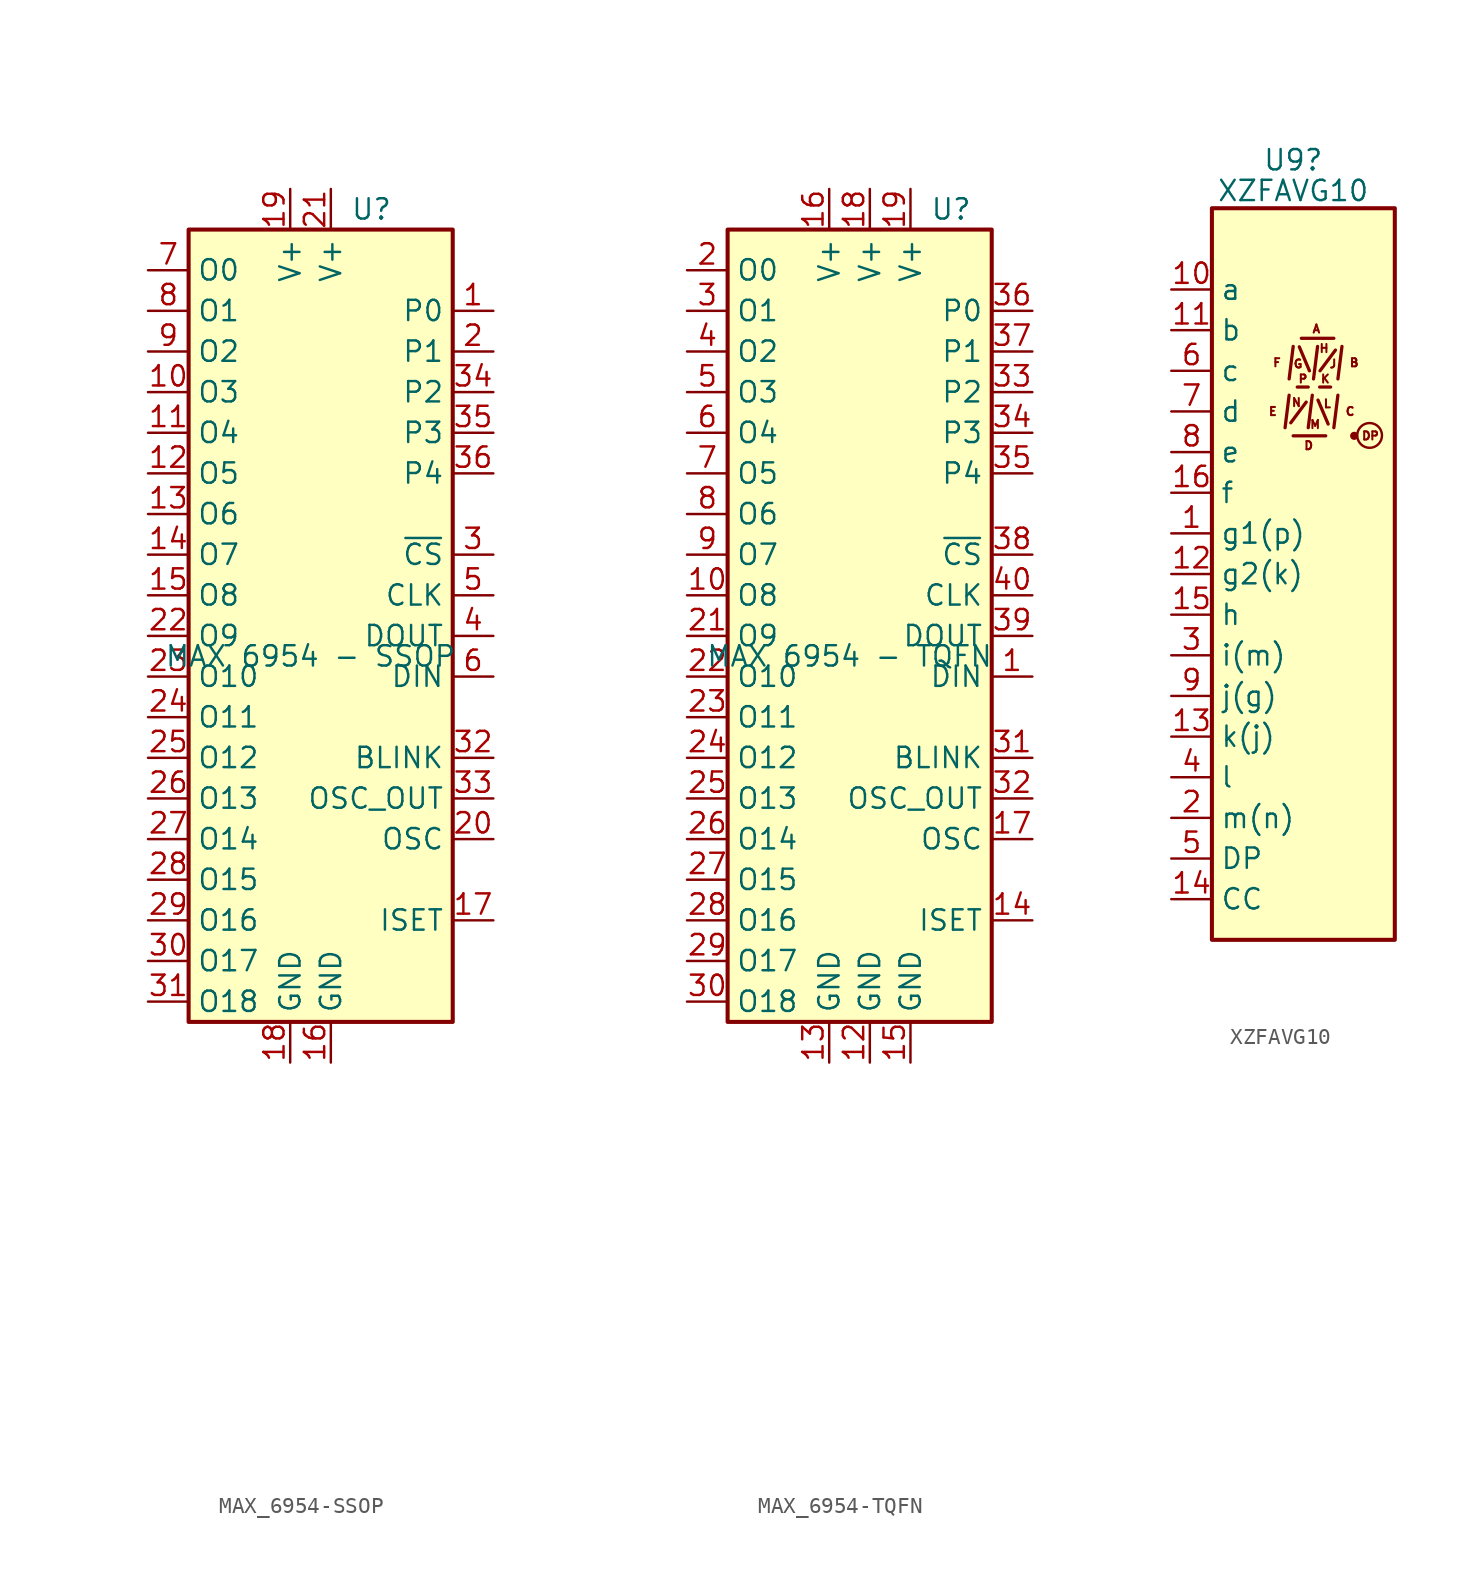
<source format=kicad_sym>
(kicad_symbol_lib
  (version 20220914)
  (generator kicad_symbol_editor)
  (symbol "MAX_6954-SSOP"
    (property "Reference" "U"
      (at 3.81 27.94 0)
      (effects (font (size 1.27 1.27))))
    (property "Value" "MAX 6954 - SSOP"
      (at 0 0 0)
      (effects (font (size 1.27 1.27))))
    (symbol "MAX_6954-SSOP_0_0"
      (text "" (at -12.7 -44.45 0) (effects (font (size 1.27 1.27))))
      (text "" (at -12.7 -43.18 0) (effects (font (size 1.27 1.27)))))
    (symbol "MAX_6954-SSOP_0_1"
      (rectangle (start -7.62 26.67) (end 8.89 -22.86) (stroke (width 0.254) (type default)) (fill (type background))))
    (symbol "MAX_6954-SSOP_1_1"
      (pin bidirectional line (at 11.43 21.59 180) (length 2.54) (name "P0" (effects (font (size 1.27 1.27)))) (number "1" (effects (font (size 1.27 1.27)))))
      (pin bidirectional line (at -10.16 16.51 0) (length 2.54) (name "O3" (effects (font (size 1.27 1.27)))) (number "10" (effects (font (size 1.27 1.27)))))
      (pin bidirectional line (at -10.16 13.97 0) (length 2.54) (name "O4" (effects (font (size 1.27 1.27)))) (number "11" (effects (font (size 1.27 1.27)))))
      (pin bidirectional line (at -10.16 11.43 0) (length 2.54) (name "O5" (effects (font (size 1.27 1.27)))) (number "12" (effects (font (size 1.27 1.27)))))
      (pin bidirectional line (at -10.16 8.89 0) (length 2.54) (name "O6" (effects (font (size 1.27 1.27)))) (number "13" (effects (font (size 1.27 1.27)))))
      (pin bidirectional line (at -10.16 6.35 0) (length 2.54) (name "O7" (effects (font (size 1.27 1.27)))) (number "14" (effects (font (size 1.27 1.27)))))
      (pin bidirectional line (at -10.16 3.81 0) (length 2.54) (name "O8" (effects (font (size 1.27 1.27)))) (number "15" (effects (font (size 1.27 1.27)))))
      (pin power_in line (at 1.27 -25.4 90) (length 2.54) (name "GND" (effects (font (size 1.27 1.27)))) (number "16" (effects (font (size 1.27 1.27)))))
      (pin input line (at 11.43 -16.51 180) (length 2.54) (name "ISET" (effects (font (size 1.27 1.27)))) (number "17" (effects (font (size 1.27 1.27)))))
      (pin power_in line (at -1.27 -25.4 90) (length 2.54) (name "GND" (effects (font (size 1.27 1.27)))) (number "18" (effects (font (size 1.27 1.27)))))
      (pin power_out line (at -1.27 29.21 270) (length 2.54) (name "V+" (effects (font (size 1.27 1.27)))) (number "19" (effects (font (size 1.27 1.27)))))
      (pin bidirectional line (at 11.43 19.05 180) (length 2.54) (name "P1" (effects (font (size 1.27 1.27)))) (number "2" (effects (font (size 1.27 1.27)))))
      (pin input line (at 11.43 -11.43 180) (length 2.54) (name "OSC" (effects (font (size 1.27 1.27)))) (number "20" (effects (font (size 1.27 1.27)))))
      (pin power_in line (at 1.27 29.21 270) (length 2.54) (name "V+" (effects (font (size 1.27 1.27)))) (number "21" (effects (font (size 1.27 1.27)))))
      (pin bidirectional line (at -10.16 1.27 0) (length 2.54) (name "O9" (effects (font (size 1.27 1.27)))) (number "22" (effects (font (size 1.27 1.27)))))
      (pin bidirectional line (at -10.16 -1.27 0) (length 2.54) (name "O10" (effects (font (size 1.27 1.27)))) (number "23" (effects (font (size 1.27 1.27)))))
      (pin bidirectional line (at -10.16 -3.81 0) (length 2.54) (name "O11" (effects (font (size 1.27 1.27)))) (number "24" (effects (font (size 1.27 1.27)))))
      (pin bidirectional line (at -10.16 -6.35 0) (length 2.54) (name "O12" (effects (font (size 1.27 1.27)))) (number "25" (effects (font (size 1.27 1.27)))))
      (pin bidirectional line (at -10.16 -8.89 0) (length 2.54) (name "O13" (effects (font (size 1.27 1.27)))) (number "26" (effects (font (size 1.27 1.27)))))
      (pin bidirectional line (at -10.16 -11.43 0) (length 2.54) (name "O14" (effects (font (size 1.27 1.27)))) (number "27" (effects (font (size 1.27 1.27)))))
      (pin bidirectional line (at -10.16 -13.97 0) (length 2.54) (name "O15" (effects (font (size 1.27 1.27)))) (number "28" (effects (font (size 1.27 1.27)))))
      (pin bidirectional line (at -10.16 -16.51 0) (length 2.54) (name "O16" (effects (font (size 1.27 1.27)))) (number "29" (effects (font (size 1.27 1.27)))))
      (pin input line (at 11.43 6.35 180) (length 2.54) (name "~{CS}" (effects (font (size 1.27 1.27)))) (number "3" (effects (font (size 1.27 1.27)))))
      (pin bidirectional line (at -10.16 -19.05 0) (length 2.54) (name "O17" (effects (font (size 1.27 1.27)))) (number "30" (effects (font (size 1.27 1.27)))))
      (pin bidirectional line (at -10.16 -21.59 0) (length 2.54) (name "O18" (effects (font (size 1.27 1.27)))) (number "31" (effects (font (size 1.27 1.27)))))
      (pin output line (at 11.43 -6.35 180) (length 2.54) (name "BLINK" (effects (font (size 1.27 1.27)))) (number "32" (effects (font (size 1.27 1.27)))))
      (pin output line (at 11.43 -8.89 180) (length 2.54) (name "OSC_OUT" (effects (font (size 1.27 1.27)))) (number "33" (effects (font (size 1.27 1.27)))))
      (pin bidirectional line (at 11.43 16.51 180) (length 2.54) (name "P2" (effects (font (size 1.27 1.27)))) (number "34" (effects (font (size 1.27 1.27)))))
      (pin bidirectional line (at 11.43 13.97 180) (length 2.54) (name "P3" (effects (font (size 1.27 1.27)))) (number "35" (effects (font (size 1.27 1.27)))))
      (pin bidirectional line (at 11.43 11.43 180) (length 2.54) (name "P4" (effects (font (size 1.27 1.27)))) (number "36" (effects (font (size 1.27 1.27)))))
      (pin output line (at 11.43 1.27 180) (length 2.54) (name "DOUT" (effects (font (size 1.27 1.27)))) (number "4" (effects (font (size 1.27 1.27)))))
      (pin input line (at 11.43 3.81 180) (length 2.54) (name "CLK" (effects (font (size 1.27 1.27)))) (number "5" (effects (font (size 1.27 1.27)))))
      (pin input line (at 11.43 -1.27 180) (length 2.54) (name "DIN" (effects (font (size 1.27 1.27)))) (number "6" (effects (font (size 1.27 1.27)))))
      (pin bidirectional line (at -10.16 24.13 0) (length 2.54) (name "O0" (effects (font (size 1.27 1.27)))) (number "7" (effects (font (size 1.27 1.27)))))
      (pin bidirectional line (at -10.16 21.59 0) (length 2.54) (name "O1" (effects (font (size 1.27 1.27)))) (number "8" (effects (font (size 1.27 1.27)))))
      (pin bidirectional line (at -10.16 19.05 0) (length 2.54) (name "O2" (effects (font (size 1.27 1.27)))) (number "9" (effects (font (size 1.27 1.27)))))))
  (symbol "MAX_6954-TQFN"
    (property "Reference" "U"
      (at 6.35 27.94 0)
      (effects (font (size 1.27 1.27))))
    (property "Value" "MAX 6954 - TQFN"
      (at 0 0 0)
      (effects (font (size 1.27 1.27))))
    (symbol "MAX_6954-TQFN_0_0"
      (text "" (at -12.7 -44.45 0) (effects (font (size 1.27 1.27))))
      (text "" (at -12.7 -43.18 0) (effects (font (size 1.27 1.27)))))
    (symbol "MAX_6954-TQFN_0_1"
      (rectangle (start -7.62 26.67) (end 8.89 -22.86) (stroke (width 0.254) (type default)) (fill (type background))))
    (symbol "MAX_6954-TQFN_1_0"
      (pin no_connect line (at 11.43 -19.05 180) (length 2.54) hide (name "N.C." (effects (font (size 1.27 1.27)))) (number "11" (effects (font (size 1.27 1.27)))))
      (pin power_in line (at 3.81 -25.4 90) (length 2.54) (name "GND" (effects (font (size 1.27 1.27)))) (number "15" (effects (font (size 1.27 1.27)))))
      (pin power_in line (at 3.81 29.21 270) (length 2.54) (name "V+" (effects (font (size 1.27 1.27)))) (number "19" (effects (font (size 1.27 1.27)))))
      (pin no_connect line (at 11.43 -19.05 180) (length 2.54) hide (name "N.C." (effects (font (size 1.27 1.27)))) (number "20" (effects (font (size 1.27 1.27))))))
    (symbol "MAX_6954-TQFN_1_1"
      (pin input line (at 11.43 -1.27 180) (length 2.54) (name "DIN" (effects (font (size 1.27 1.27)))) (number "1" (effects (font (size 1.27 1.27)))))
      (pin bidirectional line (at -10.16 3.81 0) (length 2.54) (name "O8" (effects (font (size 1.27 1.27)))) (number "10" (effects (font (size 1.27 1.27)))))
      (pin power_in line (at 1.27 -25.4 90) (length 2.54) (name "GND" (effects (font (size 1.27 1.27)))) (number "12" (effects (font (size 1.27 1.27)))))
      (pin power_in line (at -1.27 -25.4 90) (length 2.54) (name "GND" (effects (font (size 1.27 1.27)))) (number "13" (effects (font (size 1.27 1.27)))))
      (pin input line (at 11.43 -16.51 180) (length 2.54) (name "ISET" (effects (font (size 1.27 1.27)))) (number "14" (effects (font (size 1.27 1.27)))))
      (pin power_out line (at -1.27 29.21 270) (length 2.54) (name "V+" (effects (font (size 1.27 1.27)))) (number "16" (effects (font (size 1.27 1.27)))))
      (pin input line (at 11.43 -11.43 180) (length 2.54) (name "OSC" (effects (font (size 1.27 1.27)))) (number "17" (effects (font (size 1.27 1.27)))))
      (pin power_in line (at 1.27 29.21 270) (length 2.54) (name "V+" (effects (font (size 1.27 1.27)))) (number "18" (effects (font (size 1.27 1.27)))))
      (pin bidirectional line (at -10.16 24.13 0) (length 2.54) (name "O0" (effects (font (size 1.27 1.27)))) (number "2" (effects (font (size 1.27 1.27)))))
      (pin bidirectional line (at -10.16 1.27 0) (length 2.54) (name "O9" (effects (font (size 1.27 1.27)))) (number "21" (effects (font (size 1.27 1.27)))))
      (pin bidirectional line (at -10.16 -1.27 0) (length 2.54) (name "O10" (effects (font (size 1.27 1.27)))) (number "22" (effects (font (size 1.27 1.27)))))
      (pin bidirectional line (at -10.16 -3.81 0) (length 2.54) (name "O11" (effects (font (size 1.27 1.27)))) (number "23" (effects (font (size 1.27 1.27)))))
      (pin bidirectional line (at -10.16 -6.35 0) (length 2.54) (name "O12" (effects (font (size 1.27 1.27)))) (number "24" (effects (font (size 1.27 1.27)))))
      (pin bidirectional line (at -10.16 -8.89 0) (length 2.54) (name "O13" (effects (font (size 1.27 1.27)))) (number "25" (effects (font (size 1.27 1.27)))))
      (pin bidirectional line (at -10.16 -11.43 0) (length 2.54) (name "O14" (effects (font (size 1.27 1.27)))) (number "26" (effects (font (size 1.27 1.27)))))
      (pin bidirectional line (at -10.16 -13.97 0) (length 2.54) (name "O15" (effects (font (size 1.27 1.27)))) (number "27" (effects (font (size 1.27 1.27)))))
      (pin bidirectional line (at -10.16 -16.51 0) (length 2.54) (name "O16" (effects (font (size 1.27 1.27)))) (number "28" (effects (font (size 1.27 1.27)))))
      (pin bidirectional line (at -10.16 -19.05 0) (length 2.54) (name "O17" (effects (font (size 1.27 1.27)))) (number "29" (effects (font (size 1.27 1.27)))))
      (pin bidirectional line (at -10.16 21.59 0) (length 2.54) (name "O1" (effects (font (size 1.27 1.27)))) (number "3" (effects (font (size 1.27 1.27)))))
      (pin bidirectional line (at -10.16 -21.59 0) (length 2.54) (name "O18" (effects (font (size 1.27 1.27)))) (number "30" (effects (font (size 1.27 1.27)))))
      (pin output line (at 11.43 -6.35 180) (length 2.54) (name "BLINK" (effects (font (size 1.27 1.27)))) (number "31" (effects (font (size 1.27 1.27)))))
      (pin output line (at 11.43 -8.89 180) (length 2.54) (name "OSC_OUT" (effects (font (size 1.27 1.27)))) (number "32" (effects (font (size 1.27 1.27)))))
      (pin bidirectional line (at 11.43 16.51 180) (length 2.54) (name "P2" (effects (font (size 1.27 1.27)))) (number "33" (effects (font (size 1.27 1.27)))))
      (pin bidirectional line (at 11.43 13.97 180) (length 2.54) (name "P3" (effects (font (size 1.27 1.27)))) (number "34" (effects (font (size 1.27 1.27)))))
      (pin bidirectional line (at 11.43 11.43 180) (length 2.54) (name "P4" (effects (font (size 1.27 1.27)))) (number "35" (effects (font (size 1.27 1.27)))))
      (pin bidirectional line (at 11.43 21.59 180) (length 2.54) (name "P0" (effects (font (size 1.27 1.27)))) (number "36" (effects (font (size 1.27 1.27)))))
      (pin bidirectional line (at 11.43 19.05 180) (length 2.54) (name "P1" (effects (font (size 1.27 1.27)))) (number "37" (effects (font (size 1.27 1.27)))))
      (pin input line (at 11.43 6.35 180) (length 2.54) (name "~{CS}" (effects (font (size 1.27 1.27)))) (number "38" (effects (font (size 1.27 1.27)))))
      (pin output line (at 11.43 1.27 180) (length 2.54) (name "DOUT" (effects (font (size 1.27 1.27)))) (number "39" (effects (font (size 1.27 1.27)))))
      (pin bidirectional line (at -10.16 19.05 0) (length 2.54) (name "O2" (effects (font (size 1.27 1.27)))) (number "4" (effects (font (size 1.27 1.27)))))
      (pin input line (at 11.43 3.81 180) (length 2.54) (name "CLK" (effects (font (size 1.27 1.27)))) (number "40" (effects (font (size 1.27 1.27)))))
      (pin bidirectional line (at -10.16 16.51 0) (length 2.54) (name "O3" (effects (font (size 1.27 1.27)))) (number "5" (effects (font (size 1.27 1.27)))))
      (pin bidirectional line (at -10.16 13.97 0) (length 2.54) (name "O4" (effects (font (size 1.27 1.27)))) (number "6" (effects (font (size 1.27 1.27)))))
      (pin bidirectional line (at -10.16 11.43 0) (length 2.54) (name "O5" (effects (font (size 1.27 1.27)))) (number "7" (effects (font (size 1.27 1.27)))))
      (pin bidirectional line (at -10.16 8.89 0) (length 2.54) (name "O6" (effects (font (size 1.27 1.27)))) (number "8" (effects (font (size 1.27 1.27)))))
      (pin bidirectional line (at -10.16 6.35 0) (length 2.54) (name "O7" (effects (font (size 1.27 1.27)))) (number "9" (effects (font (size 1.27 1.27)))))))
  (symbol "XZFAVG10"
    (property "Reference" "U9"
      (at 0 15.71 0)
      (effects (font (size 1.27 1.27))))
    (property "Value" "XZFAVG10"
      (at 0 13.789 0)
      (effects (font (size 1.27 1.27))))
    (symbol "XZFAVG10_0_0"
      (text "A" (at 1.448 5.156 0) (effects (font (size 0.508 0.508))))
      (text "B" (at 3.81 3.048 0) (effects (font (size 0.508 0.508))))
      (text "C" (at 3.556 0 0) (effects (font (size 0.508 0.508))))
      (text "D" (at 0.965 -2.134 0) (effects (font (size 0.508 0.508))))
      (text "DP" (at 4.826 -1.524 0) (effects (font (size 0.508 0.508))))
      (text "E" (at -1.27 0 0) (effects (font (size 0.508 0.508))))
      (text "F" (at -1.016 3.048 0) (effects (font (size 0.508 0.508)))))
    (symbol "XZFAVG10_0_1"
      (rectangle (start -5.08 12.7) (end 6.35 -33.02) (stroke (width 0.254) (type default)) (fill (type background)))
      (polyline (pts (xy 3.81 -1.524) (xy 3.81 -1.524)) (stroke (width 0.508) (type default)) (fill (type none))))
    (symbol "XZFAVG10_1_0"
      (circle (center 4.775 -1.499) (radius 0.774) (stroke (width 0) (type default)) (fill (type none)))
      (text "G" (at 0.305 2.972 0) (effects (font (size 0.508 0.508))))
      (text "H" (at 1.93 3.937 0) (effects (font (size 0.508 0.508))))
      (text "J" (at 2.489 2.972 0) (effects (font (size 0.508 0.508))))
      (text "K" (at 2.007 2.032 0) (effects (font (size 0.508 0.508))))
      (text "L" (at 2.134 0.483 0) (effects (font (size 0.508 0.508))))
      (text "M" (at 1.372 -0.813 0) (effects (font (size 0.508 0.508))))
      (text "N" (at 0.203 0.559 0) (effects (font (size 0.508 0.508))))
      (text "P" (at 0.61 2.032 0) (effects (font (size 0.508 0.508)))))
    (symbol "XZFAVG10_1_1"
      (polyline (pts (xy -0.254 1.016) (xy -0.508 -1.016)) (stroke (width 0.204) (type default)) (fill (type none)))
      (polyline (pts (xy -0.152 -0.711) (xy 0.813 0.584)) (stroke (width 0.204) (type default)) (fill (type none)))
      (polyline (pts (xy 0 -1.524) (xy 2.032 -1.524)) (stroke (width 0.204) (type default)) (fill (type none)))
      (polyline (pts (xy 0 4.064) (xy -0.254 2.032)) (stroke (width 0.204) (type default)) (fill (type none)))
      (polyline (pts (xy 0.254 1.524) (xy 0.94 1.524)) (stroke (width 0.204) (type default)) (fill (type none)))
      (polyline (pts (xy 0.508 4.572) (xy 2.54 4.572)) (stroke (width 0.204) (type default)) (fill (type none)))
      (polyline (pts (xy 1.016 2.54) (xy 0.381 4.039)) (stroke (width 0.204) (type default)) (fill (type none)))
      (polyline (pts (xy 1.194 1.016) (xy 0.94 -1.016)) (stroke (width 0.204) (type default)) (fill (type none)))
      (polyline (pts (xy 1.524 4.064) (xy 1.27 2.032)) (stroke (width 0.204) (type default)) (fill (type none)))
      (polyline (pts (xy 1.651 1.524) (xy 2.337 1.524)) (stroke (width 0.204) (type default)) (fill (type none)))
      (polyline (pts (xy 1.676 2.54) (xy 2.642 3.835)) (stroke (width 0.204) (type default)) (fill (type none)))
      (polyline (pts (xy 2.184 -0.787) (xy 1.549 0.711)) (stroke (width 0.204) (type default)) (fill (type none)))
      (polyline (pts (xy 2.794 1.016) (xy 2.54 -1.016)) (stroke (width 0.204) (type default)) (fill (type none)))
      (polyline (pts (xy 3.048 4.064) (xy 2.794 2.032)) (stroke (width 0.204) (type default)) (fill (type none)))
      (pin input line (at -7.62 -7.62 0) (length 2.54) (name "g1(p)" (effects (font (size 1.27 1.27)))) (number "1" (effects (font (size 1.27 1.27)))))
      (pin input line (at -7.62 7.62 0) (length 2.54) (name "a" (effects (font (size 1.27 1.27)))) (number "10" (effects (font (size 1.27 1.27)))))
      (pin input line (at -7.62 5.08 0) (length 2.54) (name "b" (effects (font (size 1.27 1.27)))) (number "11" (effects (font (size 1.27 1.27)))))
      (pin input line (at -7.62 -10.16 0) (length 2.54) (name "g2(k)" (effects (font (size 1.27 1.27)))) (number "12" (effects (font (size 1.27 1.27)))))
      (pin input line (at -7.62 -20.32 0) (length 2.54) (name "k(j)" (effects (font (size 1.27 1.27)))) (number "13" (effects (font (size 1.27 1.27)))))
      (pin input line (at -7.62 -30.48 0) (length 2.54) (name "CC" (effects (font (size 1.27 1.27)))) (number "14" (effects (font (size 1.27 1.27)))))
      (pin input line (at -7.62 -12.7 0) (length 2.54) (name "h" (effects (font (size 1.27 1.27)))) (number "15" (effects (font (size 1.27 1.27)))))
      (pin input line (at -7.62 -5.08 0) (length 2.54) (name "f" (effects (font (size 1.27 1.27)))) (number "16" (effects (font (size 1.27 1.27)))))
      (pin input line (at -7.62 -25.4 0) (length 2.54) (name "m(n)" (effects (font (size 1.27 1.27)))) (number "2" (effects (font (size 1.27 1.27)))))
      (pin input line (at -7.62 -15.24 0) (length 2.54) (name "i(m)" (effects (font (size 1.27 1.27)))) (number "3" (effects (font (size 1.27 1.27)))))
      (pin input line (at -7.62 -22.86 0) (length 2.54) (name "l" (effects (font (size 1.27 1.27)))) (number "4" (effects (font (size 1.27 1.27)))))
      (pin input line (at -7.62 -27.94 0) (length 2.54) (name "DP" (effects (font (size 1.27 1.27)))) (number "5" (effects (font (size 1.27 1.27)))))
      (pin input line (at -7.62 2.54 0) (length 2.54) (name "c" (effects (font (size 1.27 1.27)))) (number "6" (effects (font (size 1.27 1.27)))))
      (pin input line (at -7.62 0 0) (length 2.54) (name "d" (effects (font (size 1.27 1.27)))) (number "7" (effects (font (size 1.27 1.27)))))
      (pin input line (at -7.62 -2.54 0) (length 2.54) (name "e" (effects (font (size 1.27 1.27)))) (number "8" (effects (font (size 1.27 1.27)))))
      (pin input line (at -7.62 -17.78 0) (length 2.54) (name "j(g)" (effects (font (size 1.27 1.27)))) (number "9" (effects (font (size 1.27 1.27))))))))
</source>
